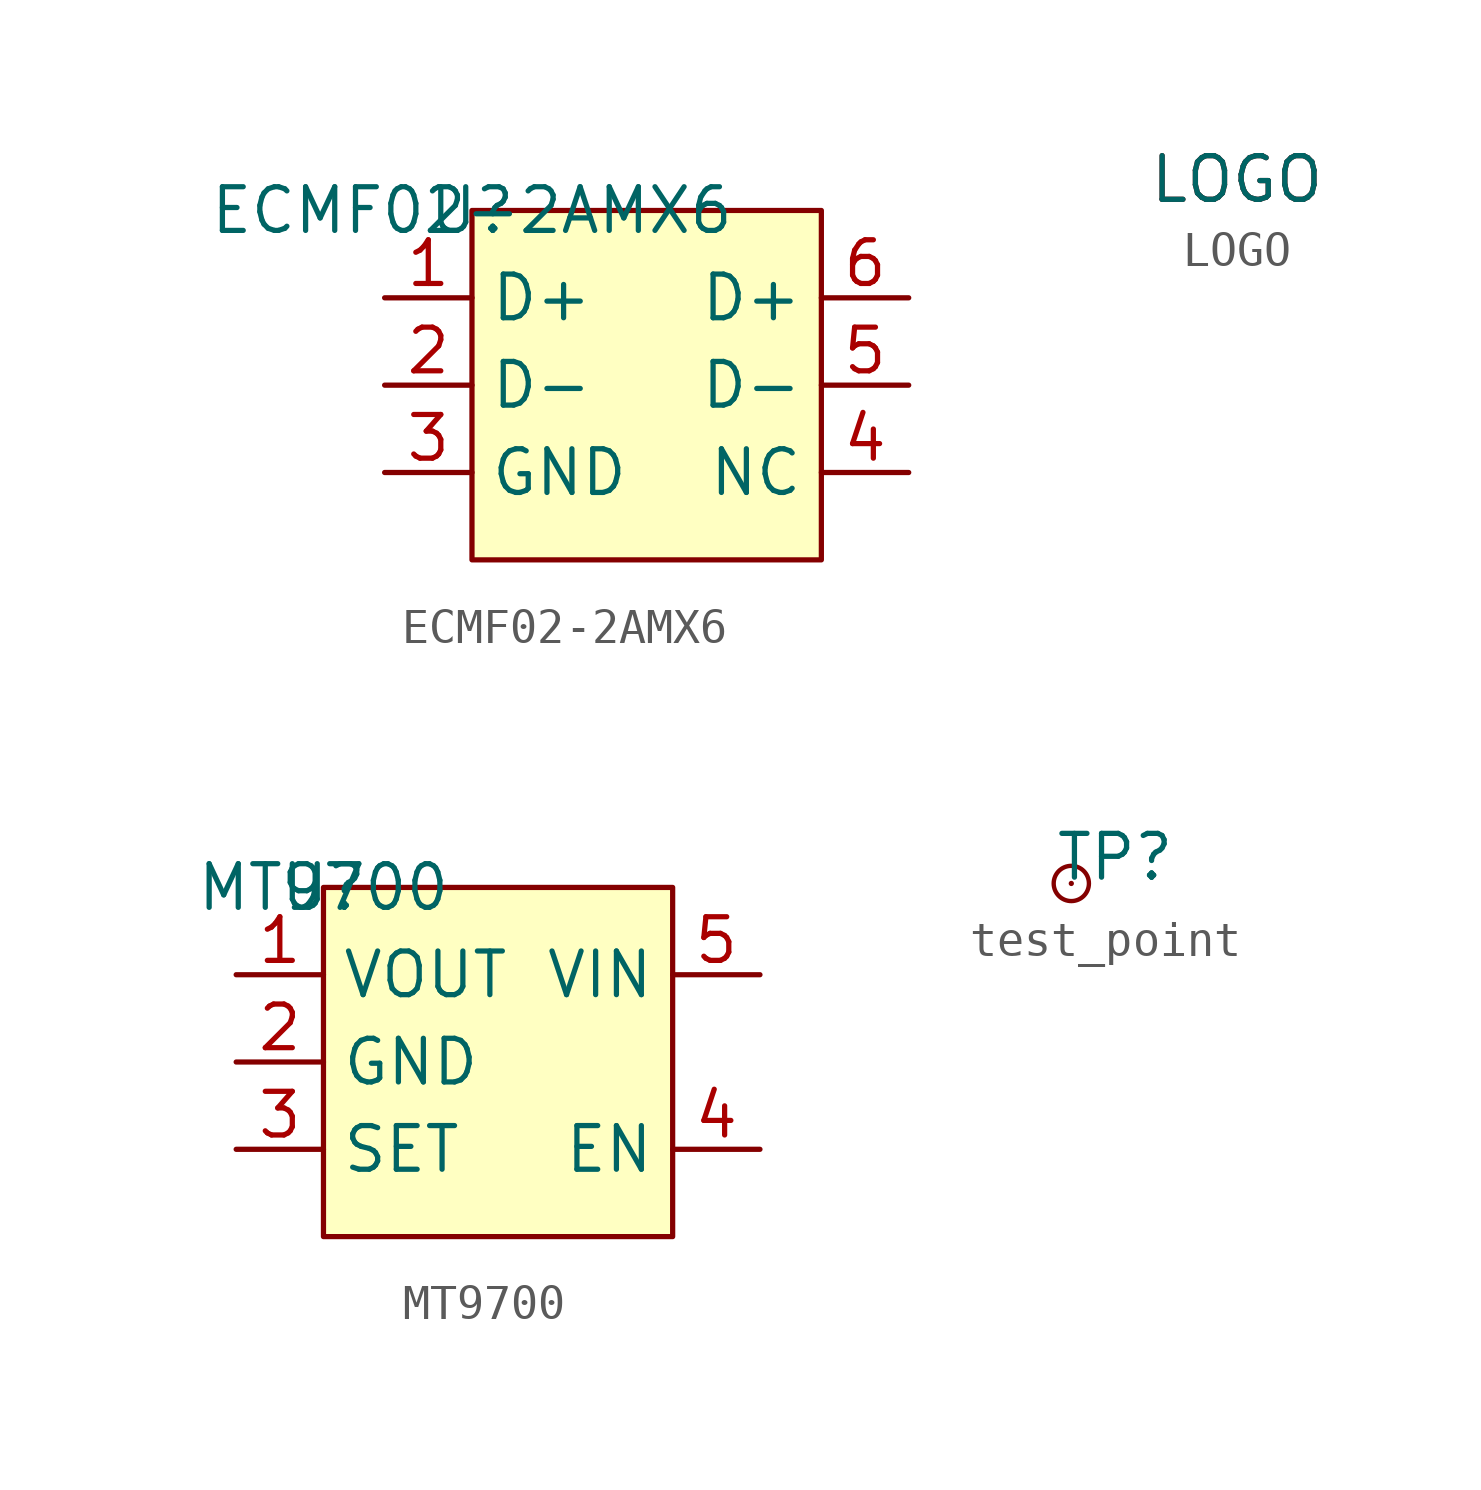
<source format=kicad_sym>
(kicad_symbol_lib
  (version 20241209)
  (generator "kicad_symbol_editor")
  (generator_version "9.0")
  (symbol "ECMF02-2AMX6"
    (property "Reference" "U"
      (at 0 0 0)
      (effects (font (size 1.27 1.27))))
    (property "Value" "ECMF02-2AMX6"
      (at 0 0 0)
      (effects (font (size 1.27 1.27))))
    (symbol "ECMF02-2AMX6_0_0"
      (pin unspecified line (at -2.54 -2.54 0) (length 2.54) (name "D+" (effects (font (size 1.27 1.27)))) (number "1" (effects (font (size 1.27 1.27)))))
      (pin unspecified line (at -2.54 -5.08 0) (length 2.54) (name "D-" (effects (font (size 1.27 1.27)))) (number "2" (effects (font (size 1.27 1.27)))))
      (pin unspecified line (at -2.54 -7.62 0) (length 2.54) (name "GND" (effects (font (size 1.27 1.27)))) (number "3" (effects (font (size 1.27 1.27)))))
      (pin unspecified line (at 12.7 -2.54 180) (length 2.54) (name "D+" (effects (font (size 1.27 1.27)))) (number "6" (effects (font (size 1.27 1.27)))))
      (pin unspecified line (at 12.7 -5.08 180) (length 2.54) (name "D-" (effects (font (size 1.27 1.27)))) (number "5" (effects (font (size 1.27 1.27)))))
      (pin unspecified line (at 12.7 -7.62 180) (length 2.54) (name "NC" (effects (font (size 1.27 1.27)))) (number "4" (effects (font (size 1.27 1.27))))))
    (symbol "ECMF02-2AMX6_1_1"
      (rectangle (start 0 0) (end 10.16 -10.16) (stroke (width 0) (type solid)) (fill (type background)))))
  (symbol "LOGO"
    (property "Reference" "LOGO"
      (at 0 1.778 0)
      (effects (font (size 1.27 1.27)) (hide yes)))
    (property "Value" "LOGO"
      (at 0 0 0)
      (effects (font (size 1.27 1.27))))
    (symbol "LOGO_1_1"
      (text "LOGO" (at 0 0 0) (effects (font (size 1.27 1.27))))))
  (symbol "MT9700"
    (property "Reference" "U"
      (at 0 0 0)
      (effects (font (size 1.27 1.27))))
    (property "Value" "MT9700"
      (at 0 0 0)
      (effects (font (size 1.27 1.27))))
    (symbol "MT9700_0_0"
      (pin power_out line (at -2.54 -2.54 0) (length 2.54) (name "VOUT" (effects (font (size 1.27 1.27)))) (number "1" (effects (font (size 1.27 1.27)))))
      (pin power_in line (at -2.54 -5.08 0) (length 2.54) (name "GND" (effects (font (size 1.27 1.27)))) (number "2" (effects (font (size 1.27 1.27)))))
      (pin input line (at -2.54 -7.62 0) (length 2.54) (name "SET" (effects (font (size 1.27 1.27)))) (number "3" (effects (font (size 1.27 1.27)))))
      (pin power_in line (at 12.7 -2.54 180) (length 2.54) (name "VIN" (effects (font (size 1.27 1.27)))) (number "5" (effects (font (size 1.27 1.27)))))
      (pin input line (at 12.7 -7.62 180) (length 2.54) (name "EN" (effects (font (size 1.27 1.27)))) (number "4" (effects (font (size 1.27 1.27))))))
    (symbol "MT9700_1_1"
      (rectangle (start 0 0) (end 10.16 -10.16) (stroke (width 0) (type solid)) (fill (type background)))))
  (symbol "test_point"
    (pin_numbers
      (hide yes))
    (pin_names
      (offset 0)
      (hide yes))
    (property "Reference" "TP"
      (at 1.27 0.762 0)
      (effects (font (size 1.27 1.27))))
    (symbol "test_point_1_1"
      (circle (center 0 0) (radius 0.511) (stroke (width 0.127) (type solid)) (fill (type none)))
      (pin input line (at 0 0 0) (length 0) (name "" (effects (font (size 1.27 1.27)))) (number "1" (effects (font (size 1.27 1.27))))))))
</source>
